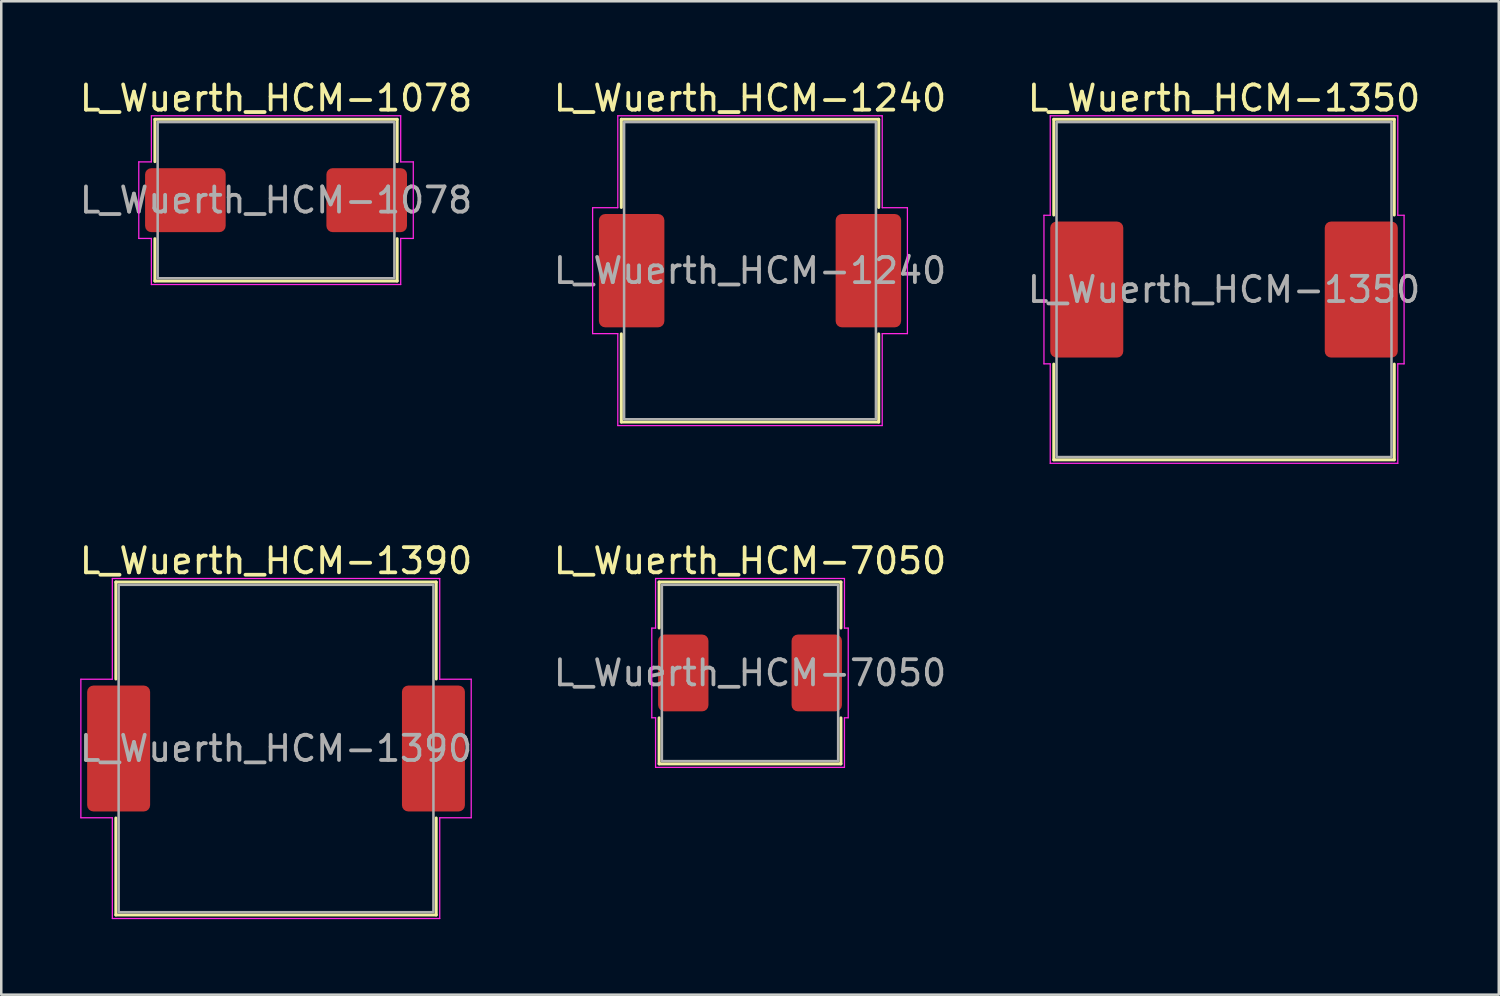
<source format=kicad_pcb>
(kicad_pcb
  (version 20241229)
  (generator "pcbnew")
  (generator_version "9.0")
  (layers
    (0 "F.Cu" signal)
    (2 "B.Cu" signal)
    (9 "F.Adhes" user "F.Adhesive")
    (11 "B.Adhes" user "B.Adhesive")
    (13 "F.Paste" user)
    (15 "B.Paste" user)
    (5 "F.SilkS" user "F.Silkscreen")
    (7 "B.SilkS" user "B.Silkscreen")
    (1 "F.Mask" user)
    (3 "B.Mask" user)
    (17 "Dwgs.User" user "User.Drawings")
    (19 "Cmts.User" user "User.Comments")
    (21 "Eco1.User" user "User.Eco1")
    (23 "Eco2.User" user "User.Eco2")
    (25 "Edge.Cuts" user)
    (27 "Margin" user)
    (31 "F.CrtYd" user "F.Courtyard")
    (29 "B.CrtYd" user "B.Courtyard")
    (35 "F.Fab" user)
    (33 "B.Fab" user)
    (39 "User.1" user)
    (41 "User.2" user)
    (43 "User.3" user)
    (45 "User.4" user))
  (footprint "L_Wuerth_HCM-1240"
    (layer "F.Cu")
    (at 26.732 7.698)
    (property "Reference" "L_Wuerth_HCM-1240" (at 0 -6.85 0) (layer "F.SilkS") (effects (font (size 1 1) (thickness 0.15))))
    (attr smd)
    (fp_line (start -5.11 -6.01) (end 5.11 -6.01) (stroke (width 0.12) (type solid)) (layer "F.SilkS"))
    (fp_line (start -5.11 -2.51) (end -5.11 -6.01) (stroke (width 0.12) (type solid)) (layer "F.SilkS"))
    (fp_line (start -5.11 6.01) (end -5.11 2.51) (stroke (width 0.12) (type solid)) (layer "F.SilkS"))
    (fp_line (start 5.11 -6.01) (end 5.11 -2.51) (stroke (width 0.12) (type solid)) (layer "F.SilkS"))
    (fp_line (start 5.11 2.51) (end 5.11 6.01) (stroke (width 0.12) (type solid)) (layer "F.SilkS"))
    (fp_line (start 5.11 6.01) (end -5.11 6.01) (stroke (width 0.12) (type solid)) (layer "F.SilkS"))
    (fp_line (start -6.25 -2.5) (end -5.25 -2.5) (stroke (width 0.05) (type solid)) (layer "F.CrtYd"))
    (fp_line (start -6.25 2.5) (end -6.25 -2.5) (stroke (width 0.05) (type solid)) (layer "F.CrtYd"))
    (fp_line (start -5.25 -6.15) (end 5.25 -6.15) (stroke (width 0.05) (type solid)) (layer "F.CrtYd"))
    (fp_line (start -5.25 -2.5) (end -5.25 -6.15) (stroke (width 0.05) (type solid)) (layer "F.CrtYd"))
    (fp_line (start -5.25 2.5) (end -6.25 2.5) (stroke (width 0.05) (type solid)) (layer "F.CrtYd"))
    (fp_line (start -5.25 6.15) (end -5.25 2.5) (stroke (width 0.05) (type solid)) (layer "F.CrtYd"))
    (fp_line (start 5.25 -6.15) (end 5.25 -2.5) (stroke (width 0.05) (type solid)) (layer "F.CrtYd"))
    (fp_line (start 5.25 -2.5) (end 6.25 -2.5) (stroke (width 0.05) (type solid)) (layer "F.CrtYd"))
    (fp_line (start 5.25 2.5) (end 5.25 6.15) (stroke (width 0.05) (type solid)) (layer "F.CrtYd"))
    (fp_line (start 5.25 6.15) (end -5.25 6.15) (stroke (width 0.05) (type solid)) (layer "F.CrtYd"))
    (fp_line (start 6.25 -2.5) (end 6.25 2.5) (stroke (width 0.05) (type solid)) (layer "F.CrtYd"))
    (fp_line (start 6.25 2.5) (end 5.25 2.5) (stroke (width 0.05) (type solid)) (layer "F.CrtYd"))
    (fp_rect (start -5 -5.9) (end 5 5.9) (stroke (width 0.1) (type solid)) (fill no) (layer "F.Fab"))
    (fp_text user "${REFERENCE}" (at 0 0 0) (layer "F.Fab") (effects (font (size 1 1) (thickness 0.15))))
    (pad "1" smd roundrect (at -4.7 0) (size 2.6 4.5) (layers "F.Cu" "F.Mask" "F.Paste") (roundrect_rratio 0.096))
    (pad "2" smd roundrect (at 4.7 0) (size 2.6 4.5) (layers "F.Cu" "F.Mask" "F.Paste") (roundrect_rratio 0.096)))
  (footprint "L_Wuerth_HCM-1350"
    (layer "F.Cu")
    (at 45.554 8.448)
    (property "Reference" "L_Wuerth_HCM-1350" (at 0 -7.6 0) (layer "F.SilkS") (effects (font (size 1 1) (thickness 0.15))))
    (attr smd)
    (fp_line (start -6.76 -6.76) (end 6.76 -6.76) (stroke (width 0.12) (type solid)) (layer "F.SilkS"))
    (fp_line (start -6.76 -2.96) (end -6.76 -6.76) (stroke (width 0.12) (type solid)) (layer "F.SilkS"))
    (fp_line (start -6.76 6.76) (end -6.76 2.96) (stroke (width 0.12) (type solid)) (layer "F.SilkS"))
    (fp_line (start 6.76 -6.76) (end 6.76 -2.96) (stroke (width 0.12) (type solid)) (layer "F.SilkS"))
    (fp_line (start 6.76 2.96) (end 6.76 6.76) (stroke (width 0.12) (type solid)) (layer "F.SilkS"))
    (fp_line (start 6.76 6.76) (end -6.76 6.76) (stroke (width 0.12) (type solid)) (layer "F.SilkS"))
    (fp_line (start -7.15 -2.95) (end -6.9 -2.95) (stroke (width 0.05) (type solid)) (layer "F.CrtYd"))
    (fp_line (start -7.15 2.95) (end -7.15 -2.95) (stroke (width 0.05) (type solid)) (layer "F.CrtYd"))
    (fp_line (start -6.9 -6.9) (end 6.9 -6.9) (stroke (width 0.05) (type solid)) (layer "F.CrtYd"))
    (fp_line (start -6.9 -2.95) (end -6.9 -6.9) (stroke (width 0.05) (type solid)) (layer "F.CrtYd"))
    (fp_line (start -6.9 2.95) (end -7.15 2.95) (stroke (width 0.05) (type solid)) (layer "F.CrtYd"))
    (fp_line (start -6.9 6.9) (end -6.9 2.95) (stroke (width 0.05) (type solid)) (layer "F.CrtYd"))
    (fp_line (start 6.9 -6.9) (end 6.9 -2.95) (stroke (width 0.05) (type solid)) (layer "F.CrtYd"))
    (fp_line (start 6.9 -2.95) (end 7.15 -2.95) (stroke (width 0.05) (type solid)) (layer "F.CrtYd"))
    (fp_line (start 6.9 2.95) (end 6.9 6.9) (stroke (width 0.05) (type solid)) (layer "F.CrtYd"))
    (fp_line (start 6.9 6.9) (end -6.9 6.9) (stroke (width 0.05) (type solid)) (layer "F.CrtYd"))
    (fp_line (start 7.15 -2.95) (end 7.15 2.95) (stroke (width 0.05) (type solid)) (layer "F.CrtYd"))
    (fp_line (start 7.15 2.95) (end 6.9 2.95) (stroke (width 0.05) (type solid)) (layer "F.CrtYd"))
    (fp_rect (start -6.65 -6.65) (end 6.65 6.65) (stroke (width 0.1) (type solid)) (fill no) (layer "F.Fab"))
    (fp_text user "${REFERENCE}" (at 0 0 0) (layer "F.Fab") (effects (font (size 1 1) (thickness 0.15))))
    (pad "1" smd roundrect (at -5.45 0) (size 2.9 5.4) (layers "F.Cu" "F.Mask" "F.Paste") (roundrect_rratio 0.086))
    (pad "2" smd roundrect (at 5.45 0) (size 2.9 5.4) (layers "F.Cu" "F.Mask" "F.Paste") (roundrect_rratio 0.086)))
  (footprint "L_Wuerth_HCM-1390"
    (layer "F.Cu")
    (at 7.911 26.672)
    (property "Reference" "L_Wuerth_HCM-1390" (at 0 -7.45 0) (layer "F.SilkS") (effects (font (size 1 1) (thickness 0.15))))
    (attr smd)
    (fp_line (start -6.36 -6.61) (end 6.36 -6.61) (stroke (width 0.12) (type solid)) (layer "F.SilkS"))
    (fp_line (start -6.36 -2.76) (end -6.36 -6.61) (stroke (width 0.12) (type solid)) (layer "F.SilkS"))
    (fp_line (start -6.36 6.61) (end -6.36 2.76) (stroke (width 0.12) (type solid)) (layer "F.SilkS"))
    (fp_line (start 6.36 -6.61) (end 6.36 -2.76) (stroke (width 0.12) (type solid)) (layer "F.SilkS"))
    (fp_line (start 6.36 2.76) (end 6.36 6.61) (stroke (width 0.12) (type solid)) (layer "F.SilkS"))
    (fp_line (start 6.36 6.61) (end -6.36 6.61) (stroke (width 0.12) (type solid)) (layer "F.SilkS"))
    (fp_line (start -7.75 -2.75) (end -6.5 -2.75) (stroke (width 0.05) (type solid)) (layer "F.CrtYd"))
    (fp_line (start -7.75 2.75) (end -7.75 -2.75) (stroke (width 0.05) (type solid)) (layer "F.CrtYd"))
    (fp_line (start -6.5 -6.75) (end 6.5 -6.75) (stroke (width 0.05) (type solid)) (layer "F.CrtYd"))
    (fp_line (start -6.5 -2.75) (end -6.5 -6.75) (stroke (width 0.05) (type solid)) (layer "F.CrtYd"))
    (fp_line (start -6.5 2.75) (end -7.75 2.75) (stroke (width 0.05) (type solid)) (layer "F.CrtYd"))
    (fp_line (start -6.5 6.75) (end -6.5 2.75) (stroke (width 0.05) (type solid)) (layer "F.CrtYd"))
    (fp_line (start 6.5 -6.75) (end 6.5 -2.75) (stroke (width 0.05) (type solid)) (layer "F.CrtYd"))
    (fp_line (start 6.5 -2.75) (end 7.75 -2.75) (stroke (width 0.05) (type solid)) (layer "F.CrtYd"))
    (fp_line (start 6.5 2.75) (end 6.5 6.75) (stroke (width 0.05) (type solid)) (layer "F.CrtYd"))
    (fp_line (start 6.5 6.75) (end -6.5 6.75) (stroke (width 0.05) (type solid)) (layer "F.CrtYd"))
    (fp_line (start 7.75 -2.75) (end 7.75 2.75) (stroke (width 0.05) (type solid)) (layer "F.CrtYd"))
    (fp_line (start 7.75 2.75) (end 6.5 2.75) (stroke (width 0.05) (type solid)) (layer "F.CrtYd"))
    (fp_rect (start -6.25 -6.5) (end 6.25 6.5) (stroke (width 0.1) (type solid)) (fill no) (layer "F.Fab"))
    (fp_text user "${REFERENCE}" (at 0 0 0) (layer "F.Fab") (effects (font (size 1 1) (thickness 0.15))))
    (pad "1" smd roundrect (at -6.25 0) (size 2.5 5) (layers "F.Cu" "F.Mask" "F.Paste") (roundrect_rratio 0.1))
    (pad "2" smd roundrect (at 6.25 0) (size 2.5 5) (layers "F.Cu" "F.Mask" "F.Paste") (roundrect_rratio 0.1)))
  (footprint "L_Wuerth_HCM-1078"
    (layer "F.Cu")
    (at 7.911 4.898)
    (property "Reference" "L_Wuerth_HCM-1078" (at 0 -4.05 0) (layer "F.SilkS") (effects (font (size 1 1) (thickness 0.15))))
    (attr smd)
    (fp_line (start -4.81 -3.21) (end 4.81 -3.21) (stroke (width 0.12) (type solid)) (layer "F.SilkS"))
    (fp_line (start -4.81 -1.53) (end -4.81 -3.21) (stroke (width 0.12) (type solid)) (layer "F.SilkS"))
    (fp_line (start -4.81 3.21) (end -4.81 1.53) (stroke (width 0.12) (type solid)) (layer "F.SilkS"))
    (fp_line (start 4.81 -3.21) (end 4.81 -1.53) (stroke (width 0.12) (type solid)) (layer "F.SilkS"))
    (fp_line (start 4.81 1.53) (end 4.81 3.21) (stroke (width 0.12) (type solid)) (layer "F.SilkS"))
    (fp_line (start 4.81 3.21) (end -4.81 3.21) (stroke (width 0.12) (type solid)) (layer "F.SilkS"))
    (fp_line (start -5.45 -1.52) (end -4.95 -1.52) (stroke (width 0.05) (type solid)) (layer "F.CrtYd"))
    (fp_line (start -5.45 1.52) (end -5.45 -1.52) (stroke (width 0.05) (type solid)) (layer "F.CrtYd"))
    (fp_line (start -4.95 -3.35) (end 4.95 -3.35) (stroke (width 0.05) (type solid)) (layer "F.CrtYd"))
    (fp_line (start -4.95 -1.52) (end -4.95 -3.35) (stroke (width 0.05) (type solid)) (layer "F.CrtYd"))
    (fp_line (start -4.95 1.52) (end -5.45 1.52) (stroke (width 0.05) (type solid)) (layer "F.CrtYd"))
    (fp_line (start -4.95 3.35) (end -4.95 1.52) (stroke (width 0.05) (type solid)) (layer "F.CrtYd"))
    (fp_line (start 4.95 -3.35) (end 4.95 -1.52) (stroke (width 0.05) (type solid)) (layer "F.CrtYd"))
    (fp_line (start 4.95 -1.52) (end 5.45 -1.52) (stroke (width 0.05) (type solid)) (layer "F.CrtYd"))
    (fp_line (start 4.95 1.52) (end 4.95 3.35) (stroke (width 0.05) (type solid)) (layer "F.CrtYd"))
    (fp_line (start 4.95 3.35) (end -4.95 3.35) (stroke (width 0.05) (type solid)) (layer "F.CrtYd"))
    (fp_line (start 5.45 -1.52) (end 5.45 1.52) (stroke (width 0.05) (type solid)) (layer "F.CrtYd"))
    (fp_line (start 5.45 1.52) (end 4.95 1.52) (stroke (width 0.05) (type solid)) (layer "F.CrtYd"))
    (fp_rect (start -4.7 -3.1) (end 4.7 3.1) (stroke (width 0.1) (type solid)) (fill no) (layer "F.Fab"))
    (fp_text user "${REFERENCE}" (at 0 0 0) (layer "F.Fab") (effects (font (size 1 1) (thickness 0.15))))
    (pad "1" smd roundrect (at -3.6 0) (size 3.2 2.54) (layers "F.Cu" "F.Mask" "F.Paste") (roundrect_rratio 0.098))
    (pad "2" smd roundrect (at 3.6 0) (size 3.2 2.54) (layers "F.Cu" "F.Mask" "F.Paste") (roundrect_rratio 0.098)))
  (footprint "L_Wuerth_HCM-7050"
    (layer "F.Cu")
    (at 26.732 23.672)
    (property "Reference" "L_Wuerth_HCM-7050" (at 0 -4.45 0) (layer "F.SilkS") (effects (font (size 1 1) (thickness 0.15))))
    (attr smd)
    (fp_line (start -3.61 -3.61) (end 3.61 -3.61) (stroke (width 0.12) (type solid)) (layer "F.SilkS"))
    (fp_line (start -3.61 -1.785) (end -3.61 -3.61) (stroke (width 0.12) (type solid)) (layer "F.SilkS"))
    (fp_line (start -3.61 3.61) (end -3.61 1.785) (stroke (width 0.12) (type solid)) (layer "F.SilkS"))
    (fp_line (start 3.61 -3.61) (end 3.61 -1.785) (stroke (width 0.12) (type solid)) (layer "F.SilkS"))
    (fp_line (start 3.61 1.785) (end 3.61 3.61) (stroke (width 0.12) (type solid)) (layer "F.SilkS"))
    (fp_line (start 3.61 3.61) (end -3.61 3.61) (stroke (width 0.12) (type solid)) (layer "F.SilkS"))
    (fp_line (start -3.9 -1.78) (end -3.75 -1.78) (stroke (width 0.05) (type solid)) (layer "F.CrtYd"))
    (fp_line (start -3.9 1.78) (end -3.9 -1.78) (stroke (width 0.05) (type solid)) (layer "F.CrtYd"))
    (fp_line (start -3.75 -3.75) (end 3.75 -3.75) (stroke (width 0.05) (type solid)) (layer "F.CrtYd"))
    (fp_line (start -3.75 -1.78) (end -3.75 -3.75) (stroke (width 0.05) (type solid)) (layer "F.CrtYd"))
    (fp_line (start -3.75 1.78) (end -3.9 1.78) (stroke (width 0.05) (type solid)) (layer "F.CrtYd"))
    (fp_line (start -3.75 3.75) (end -3.75 1.78) (stroke (width 0.05) (type solid)) (layer "F.CrtYd"))
    (fp_line (start 3.75 -3.75) (end 3.75 -1.78) (stroke (width 0.05) (type solid)) (layer "F.CrtYd"))
    (fp_line (start 3.75 -1.78) (end 3.9 -1.78) (stroke (width 0.05) (type solid)) (layer "F.CrtYd"))
    (fp_line (start 3.75 1.78) (end 3.75 3.75) (stroke (width 0.05) (type solid)) (layer "F.CrtYd"))
    (fp_line (start 3.75 3.75) (end -3.75 3.75) (stroke (width 0.05) (type solid)) (layer "F.CrtYd"))
    (fp_line (start 3.9 -1.78) (end 3.9 1.78) (stroke (width 0.05) (type solid)) (layer "F.CrtYd"))
    (fp_line (start 3.9 1.78) (end 3.75 1.78) (stroke (width 0.05) (type solid)) (layer "F.CrtYd"))
    (fp_rect (start -3.5 -3.5) (end 3.5 3.5) (stroke (width 0.1) (type solid)) (fill no) (layer "F.Fab"))
    (fp_text user "${REFERENCE}" (at 0 0 0) (layer "F.Fab") (effects (font (size 1 1) (thickness 0.15))))
    (pad "1" smd roundrect (at -2.65 0) (size 2 3.05) (layers "F.Cu" "F.Mask" "F.Paste") (roundrect_rratio 0.125))
    (pad "2" smd roundrect (at 2.65 0) (size 2 3.05) (layers "F.Cu" "F.Mask" "F.Paste") (roundrect_rratio 0.125)))
  (gr_rect
    (start -3 -3)
    (end 56.464 36.447)
    (stroke (width 0.1) (type default))
    (fill no)
    (layer "Edge.Cuts")))
</source>
